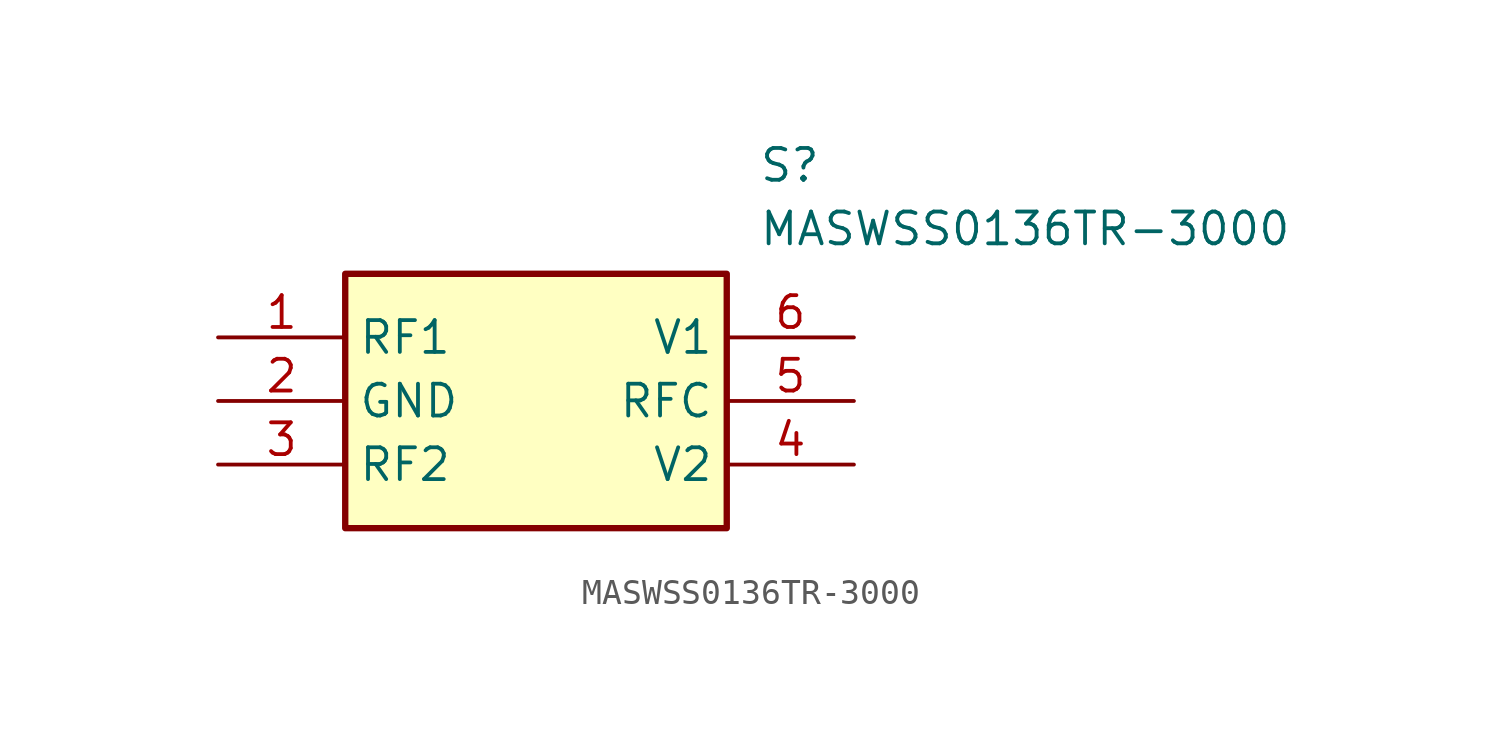
<source format=kicad_sym>
(kicad_symbol_lib
  (version 20211014)
  (generator SamacSys_ECAD_Model)
  (symbol "MASWSS0136TR-3000"
    (property "Reference" "S"
      (at 21.59 7.62 0)
      (effects (font (size 1.27 1.27)) (justify left top)))
    (property "Value" "MASWSS0136TR-3000"
      (at 21.59 5.08 0)
      (effects (font (size 1.27 1.27)) (justify left top)))
    (rectangle
      (start 5.08 2.54)
      (end 20.32 -7.62)
      (stroke (width 0.254) (type default))
      (fill (type background)))
    (pin bidirectional line
      (at 0 0 0)
      (length 5.08)
      (name "RF1" (effects (font (size 1.27 1.27))))
      (number "1" (effects (font (size 1.27 1.27)))))
    (pin passive line
      (at 0 -2.54 0)
      (length 5.08)
      (name "GND" (effects (font (size 1.27 1.27))))
      (number "2" (effects (font (size 1.27 1.27)))))
    (pin passive line
      (at 0 -5.08 0)
      (length 5.08)
      (name "RF2" (effects (font (size 1.27 1.27))))
      (number "3" (effects (font (size 1.27 1.27)))))
    (pin input line
      (at 25.4 0 180)
      (length 5.08)
      (name "V1" (effects (font (size 1.27 1.27))))
      (number "6" (effects (font (size 1.27 1.27)))))
    (pin bidirectional line
      (at 25.4 -2.54 180)
      (length 5.08)
      (name "RFC" (effects (font (size 1.27 1.27))))
      (number "5" (effects (font (size 1.27 1.27)))))
    (pin input line
      (at 25.4 -5.08 180)
      (length 5.08)
      (name "V2" (effects (font (size 1.27 1.27))))
      (number "4" (effects (font (size 1.27 1.27)))))))
</source>
